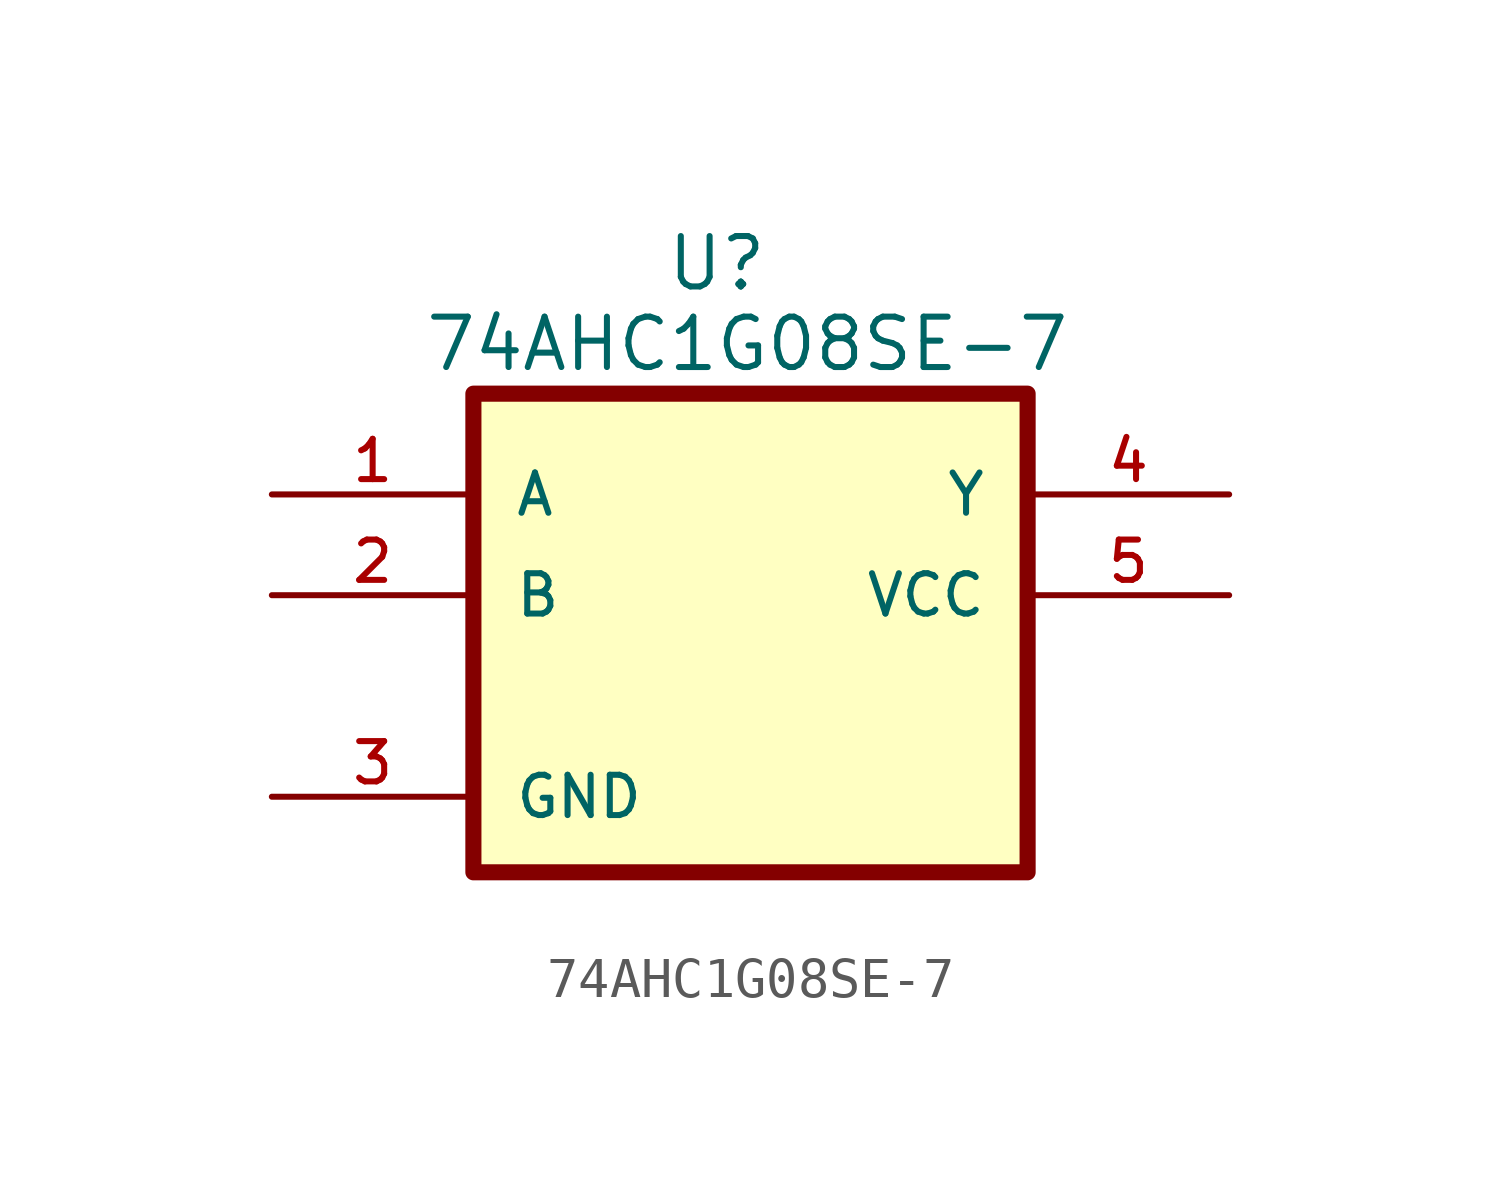
<source format=kicad_sym>
(kicad_symbol_lib
  (version 20241209)
  (generator "kicad_symbol_editor")
  (generator_version "9.0")
  (symbol "74AHC1G08SE-7"
    (pin_names
      (offset 1.016))
    (property "Reference" "U"
      (at -7.874 7.62 0)
      (effects (font (size 1.27 1.27)) (justify left bottom)))
    (property "Value" "74AHC1G08SE-7"
      (at -13.97 5.588 0)
      (effects (font (size 1.27 1.27)) (justify left bottom)))
    (symbol "74AHC1G08SE-7_0_0"
      (rectangle (start -12.7 5.08) (end 1.27 -6.985) (stroke (width 0.406) (type default)) (fill (type background)))
      (pin input line (at -17.78 2.54 0) (length 5.08) (name "A" (effects (font (size 1.016 1.016)))) (number "1" (effects (font (size 1.016 1.016)))))
      (pin input line (at -17.78 0 0) (length 5.08) (name "B" (effects (font (size 1.016 1.016)))) (number "2" (effects (font (size 1.016 1.016)))))
      (pin passive line (at -17.78 -5.08 0) (length 5.08) (name "GND" (effects (font (size 1.016 1.016)))) (number "3" (effects (font (size 1.016 1.016)))))
      (pin output line (at 6.35 2.54 180) (length 5.08) (name "Y" (effects (font (size 1.016 1.016)))) (number "4" (effects (font (size 1.016 1.016)))))
      (pin power_in line (at 6.35 0 180) (length 5.08) (name "VCC" (effects (font (size 1.016 1.016)))) (number "5" (effects (font (size 1.016 1.016))))))))
</source>
